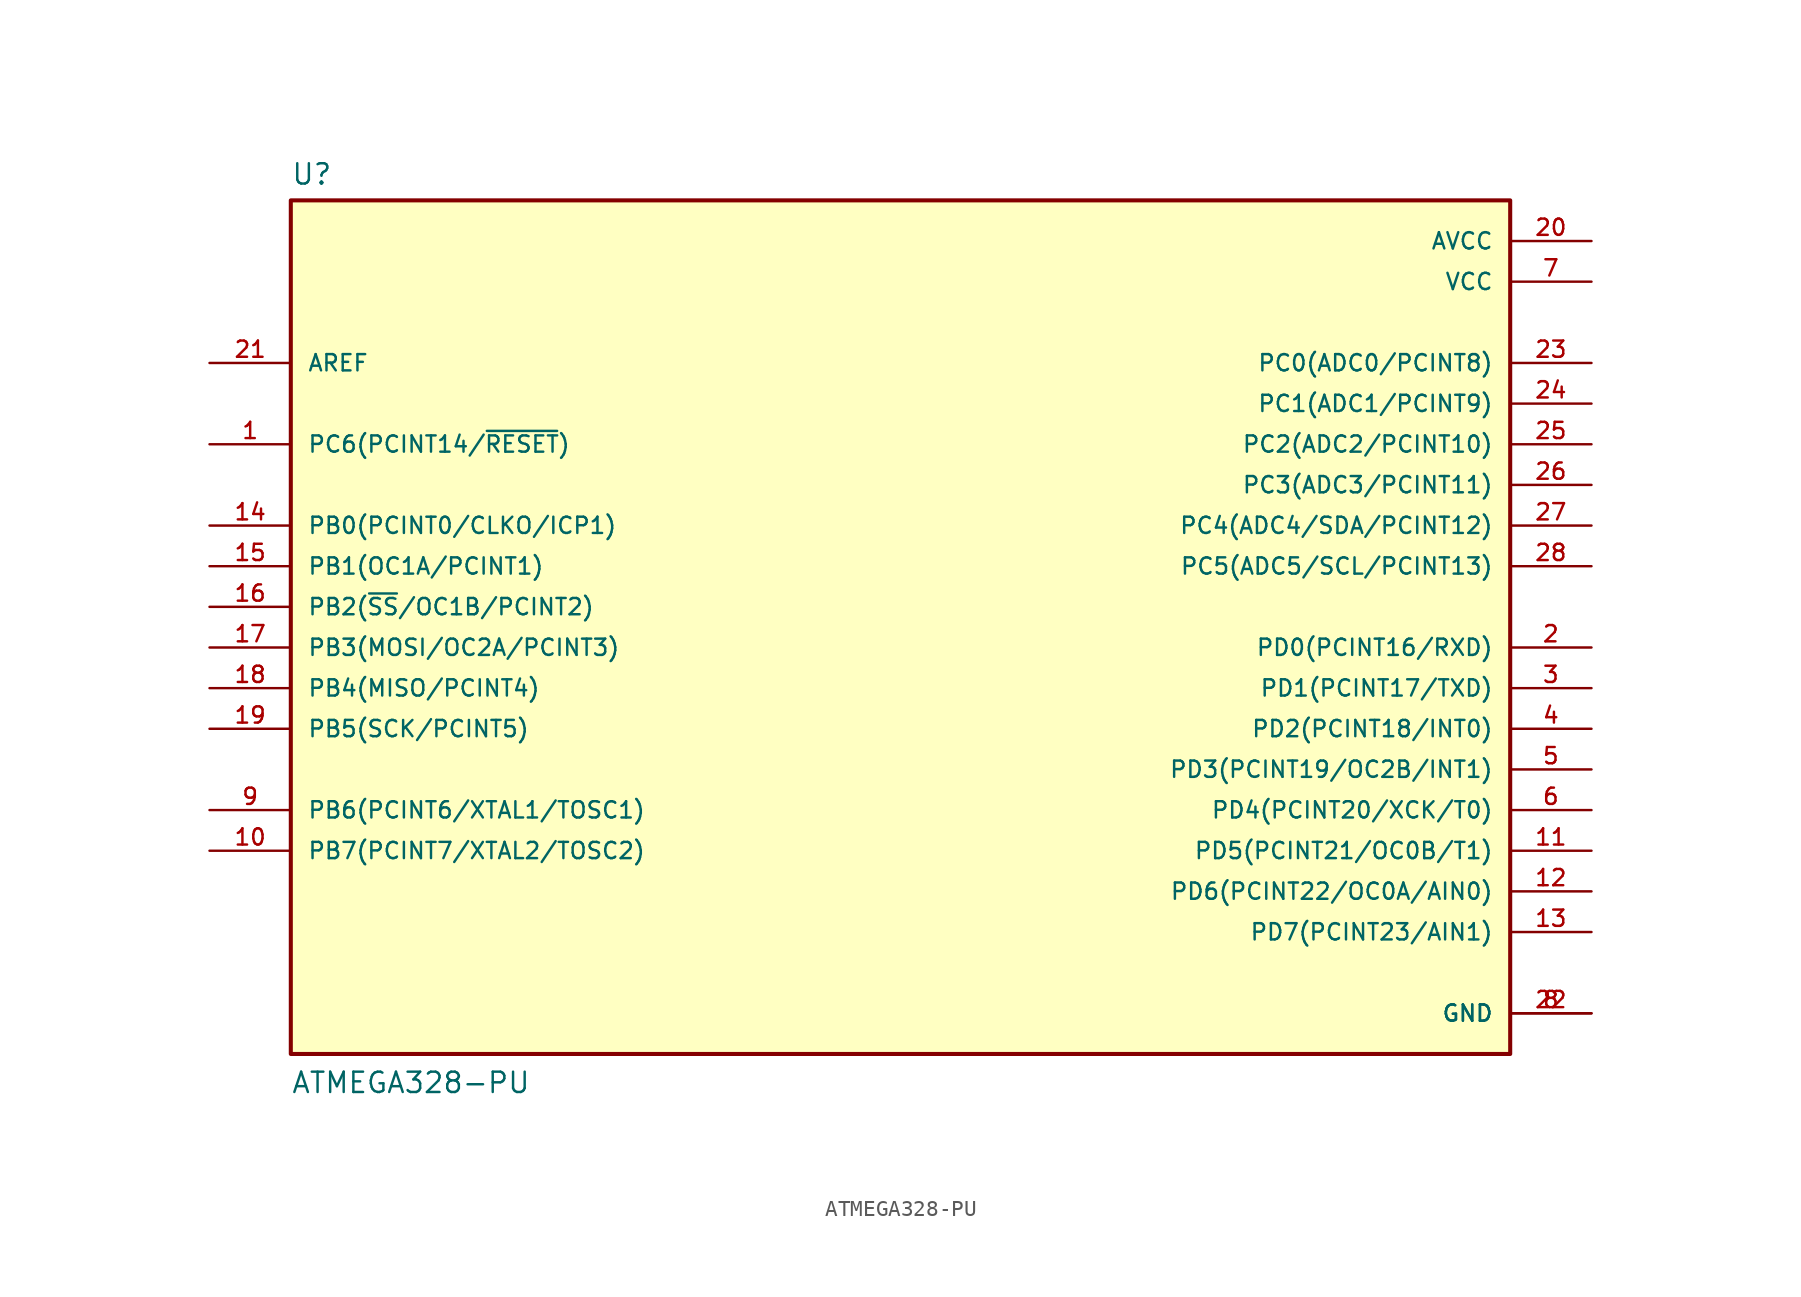
<source format=kicad_sym>
(kicad_symbol_lib
  (version 20211014)
  (generator kicad_symbol_editor)
  (symbol "ATMEGA328-PU"
    (pin_names
      (offset 1.016))
    (property "Reference" "U"
      (at -38.1 26.289 0)
      (effects (font (size 1.27 1.27)) (justify bottom left)))
    (property "Value" "ATMEGA328-PU"
      (at -38.1 -30.48 0)
      (effects (font (size 1.27 1.27)) (justify bottom left)))
    (symbol "ATMEGA328-PU_0_0"
      (rectangle (start -38.1 -27.94) (end 38.1 25.4) (stroke (width 0.254)) (fill (type background)))
      (pin bidirectional line (at -43.18 -7.62 0) (length 5.08) (name "PB5(SCK/PCINT5)" (effects (font (size 1.016 1.016)))) (number "19" (effects (font (size 1.016 1.016)))))
      (pin bidirectional line (at -43.18 -15.24 0) (length 5.08) (name "PB7(PCINT7/XTAL2/TOSC2)" (effects (font (size 1.016 1.016)))) (number "10" (effects (font (size 1.016 1.016)))))
      (pin bidirectional line (at -43.18 -12.7 0) (length 5.08) (name "PB6(PCINT6/XTAL1/TOSC1)" (effects (font (size 1.016 1.016)))) (number "9" (effects (font (size 1.016 1.016)))))
      (pin power_in line (at 43.18 20.32 180.0) (length 5.08) (name "VCC" (effects (font (size 1.016 1.016)))) (number "7" (effects (font (size 1.016 1.016)))))
      (pin power_in line (at 43.18 -25.4 180.0) (length 5.08) (name "GND" (effects (font (size 1.016 1.016)))) (number "8" (effects (font (size 1.016 1.016)))))
      (pin power_in line (at 43.18 -25.4 180.0) (length 5.08) (name "GND" (effects (font (size 1.016 1.016)))) (number "22" (effects (font (size 1.016 1.016)))))
      (pin input line (at -43.18 15.24 0) (length 5.08) (name "AREF" (effects (font (size 1.016 1.016)))) (number "21" (effects (font (size 1.016 1.016)))))
      (pin power_in line (at 43.18 22.86 180.0) (length 5.08) (name "AVCC" (effects (font (size 1.016 1.016)))) (number "20" (effects (font (size 1.016 1.016)))))
      (pin bidirectional line (at -43.18 -5.08 0) (length 5.08) (name "PB4(MISO/PCINT4)" (effects (font (size 1.016 1.016)))) (number "18" (effects (font (size 1.016 1.016)))))
      (pin bidirectional line (at -43.18 -2.54 0) (length 5.08) (name "PB3(MOSI/OC2A/PCINT3)" (effects (font (size 1.016 1.016)))) (number "17" (effects (font (size 1.016 1.016)))))
      (pin bidirectional line (at -43.18 0.0 0) (length 5.08) (name "PB2(~{SS}/OC1B/PCINT2)" (effects (font (size 1.016 1.016)))) (number "16" (effects (font (size 1.016 1.016)))))
      (pin bidirectional line (at -43.18 2.54 0) (length 5.08) (name "PB1(OC1A/PCINT1)" (effects (font (size 1.016 1.016)))) (number "15" (effects (font (size 1.016 1.016)))))
      (pin bidirectional line (at -43.18 5.08 0) (length 5.08) (name "PB0(PCINT0/CLKO/ICP1)" (effects (font (size 1.016 1.016)))) (number "14" (effects (font (size 1.016 1.016)))))
      (pin bidirectional line (at 43.18 -20.32 180.0) (length 5.08) (name "PD7(PCINT23/AIN1)" (effects (font (size 1.016 1.016)))) (number "13" (effects (font (size 1.016 1.016)))))
      (pin bidirectional line (at 43.18 -17.78 180.0) (length 5.08) (name "PD6(PCINT22/OC0A/AIN0)" (effects (font (size 1.016 1.016)))) (number "12" (effects (font (size 1.016 1.016)))))
      (pin bidirectional line (at 43.18 -15.24 180.0) (length 5.08) (name "PD5(PCINT21/OC0B/T1)" (effects (font (size 1.016 1.016)))) (number "11" (effects (font (size 1.016 1.016)))))
      (pin bidirectional line (at 43.18 -12.7 180.0) (length 5.08) (name "PD4(PCINT20/XCK/T0)" (effects (font (size 1.016 1.016)))) (number "6" (effects (font (size 1.016 1.016)))))
      (pin bidirectional line (at 43.18 -10.16 180.0) (length 5.08) (name "PD3(PCINT19/OC2B/INT1)" (effects (font (size 1.016 1.016)))) (number "5" (effects (font (size 1.016 1.016)))))
      (pin bidirectional line (at 43.18 -7.62 180.0) (length 5.08) (name "PD2(PCINT18/INT0)" (effects (font (size 1.016 1.016)))) (number "4" (effects (font (size 1.016 1.016)))))
      (pin bidirectional line (at 43.18 -5.08 180.0) (length 5.08) (name "PD1(PCINT17/TXD)" (effects (font (size 1.016 1.016)))) (number "3" (effects (font (size 1.016 1.016)))))
      (pin bidirectional line (at 43.18 -2.54 180.0) (length 5.08) (name "PD0(PCINT16/RXD)" (effects (font (size 1.016 1.016)))) (number "2" (effects (font (size 1.016 1.016)))))
      (pin bidirectional line (at 43.18 2.54 180.0) (length 5.08) (name "PC5(ADC5/SCL/PCINT13)" (effects (font (size 1.016 1.016)))) (number "28" (effects (font (size 1.016 1.016)))))
      (pin bidirectional line (at 43.18 5.08 180.0) (length 5.08) (name "PC4(ADC4/SDA/PCINT12)" (effects (font (size 1.016 1.016)))) (number "27" (effects (font (size 1.016 1.016)))))
      (pin bidirectional line (at 43.18 7.62 180.0) (length 5.08) (name "PC3(ADC3/PCINT11)" (effects (font (size 1.016 1.016)))) (number "26" (effects (font (size 1.016 1.016)))))
      (pin bidirectional line (at 43.18 10.16 180.0) (length 5.08) (name "PC2(ADC2/PCINT10)" (effects (font (size 1.016 1.016)))) (number "25" (effects (font (size 1.016 1.016)))))
      (pin bidirectional line (at 43.18 12.7 180.0) (length 5.08) (name "PC1(ADC1/PCINT9)" (effects (font (size 1.016 1.016)))) (number "24" (effects (font (size 1.016 1.016)))))
      (pin bidirectional line (at 43.18 15.24 180.0) (length 5.08) (name "PC0(ADC0/PCINT8)" (effects (font (size 1.016 1.016)))) (number "23" (effects (font (size 1.016 1.016)))))
      (pin bidirectional line (at -43.18 10.16 0) (length 5.08) (name "PC6(PCINT14/~{RESET})" (effects (font (size 1.016 1.016)))) (number "1" (effects (font (size 1.016 1.016))))))))
</source>
